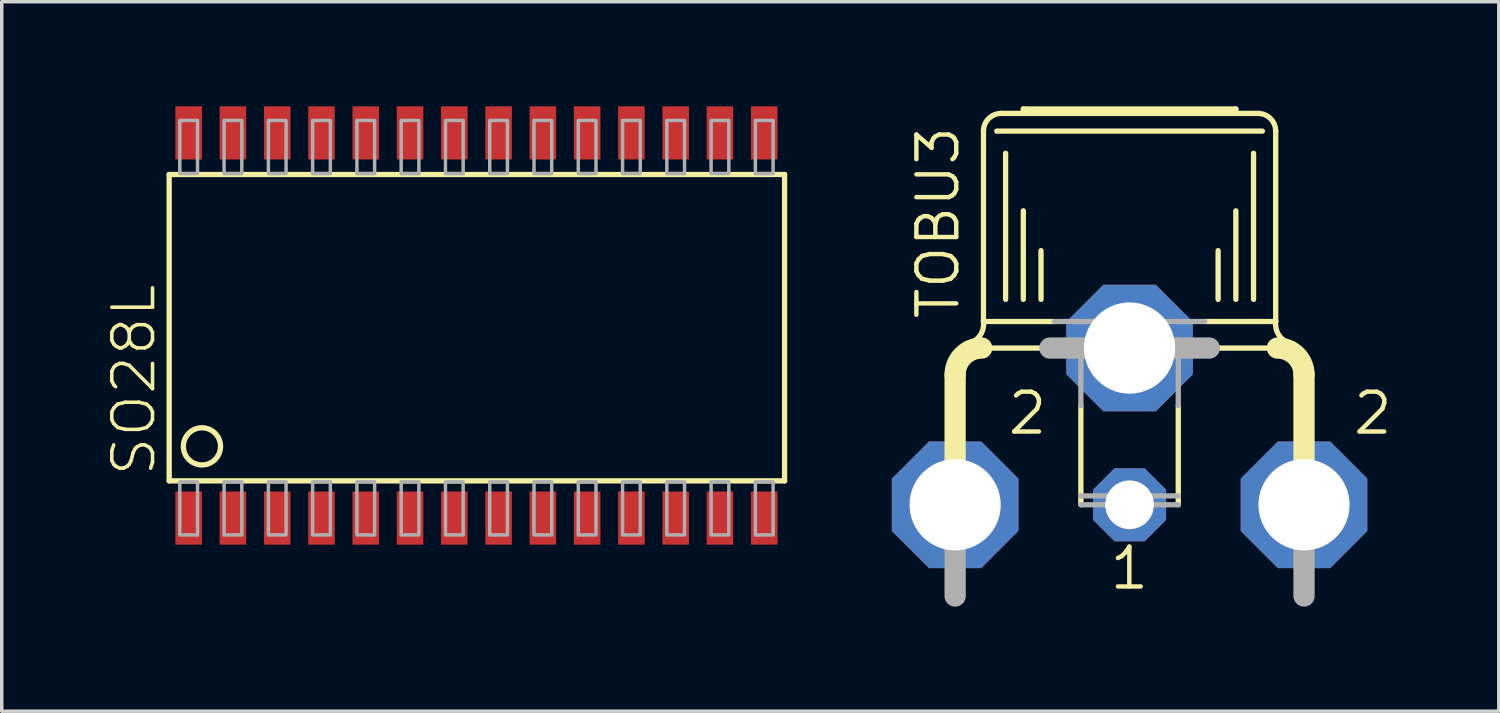
<source format=kicad_pcb>
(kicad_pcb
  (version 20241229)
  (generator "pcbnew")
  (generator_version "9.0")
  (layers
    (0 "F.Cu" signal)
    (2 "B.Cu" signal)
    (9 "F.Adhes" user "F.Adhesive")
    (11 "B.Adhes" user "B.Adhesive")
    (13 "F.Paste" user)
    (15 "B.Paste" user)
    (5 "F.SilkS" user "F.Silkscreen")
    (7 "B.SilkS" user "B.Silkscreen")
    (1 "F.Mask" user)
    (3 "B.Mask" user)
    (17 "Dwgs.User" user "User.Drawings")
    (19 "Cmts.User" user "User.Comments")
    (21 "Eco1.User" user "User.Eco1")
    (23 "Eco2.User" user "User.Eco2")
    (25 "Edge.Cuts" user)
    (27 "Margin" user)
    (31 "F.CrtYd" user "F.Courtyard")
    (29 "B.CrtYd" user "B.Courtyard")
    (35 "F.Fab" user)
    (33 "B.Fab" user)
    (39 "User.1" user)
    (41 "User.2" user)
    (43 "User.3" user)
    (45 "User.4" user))
  (footprint "TOBU3"
    (layer "F.Cu")
    (at 29.352 12.014)
    (property "Reference" "TOBU3" (at -4.826 -5.842 90) (unlocked yes) (layer "F.SilkS") (effects (font (size 1.143 1.143) (thickness 0.127)) (justify left bottom)))
    (fp_line (start -5.004 0.127) (end -5.004 -4.318) (stroke (width 0.61) (type solid)) (layer "F.SilkS"))
    (fp_line (start -4.242 -5.08) (end -2.286 -5.08) (stroke (width 0.152) (type solid)) (layer "F.SilkS"))
    (fp_line (start -4.191 -5.842) (end -4.191 -11.303) (stroke (width 0.152) (type solid)) (layer "F.SilkS"))
    (fp_line (start -3.81 -11.303) (end 3.81 -11.303) (stroke (width 0.152) (type solid)) (layer "F.SilkS"))
    (fp_line (start -3.683 -11.811) (end -3.048 -11.811) (stroke (width 0.152) (type solid)) (layer "F.SilkS"))
    (fp_line (start -3.556 -6.477) (end -3.556 -10.668) (stroke (width 0.152) (type solid)) (layer "F.SilkS"))
    (fp_line (start -3.048 -11.938) (end 3.048 -11.938) (stroke (width 0.152) (type solid)) (layer "F.SilkS"))
    (fp_line (start -3.048 -11.811) (end -3.048 -11.938) (stroke (width 0.152) (type solid)) (layer "F.SilkS"))
    (fp_line (start -3.048 -11.811) (end 3.048 -11.811) (stroke (width 0.152) (type solid)) (layer "F.SilkS"))
    (fp_line (start -3.048 -6.477) (end -3.048 -9.017) (stroke (width 0.152) (type solid)) (layer "F.SilkS"))
    (fp_line (start -2.54 -6.477) (end -2.54 -7.874) (stroke (width 0.152) (type solid)) (layer "F.SilkS"))
    (fp_line (start -2.159 -5.842) (end -4.191 -5.842) (stroke (width 0.152) (type solid)) (layer "F.SilkS"))
    (fp_line (start -1.397 -0.585) (end -1.397 -3.429) (stroke (width 0.152) (type solid)) (layer "F.SilkS"))
    (fp_line (start 1.397 -0.585) (end 1.397 -3.429) (stroke (width 0.152) (type solid)) (layer "F.SilkS"))
    (fp_line (start 2.286 -5.08) (end 4.242 -5.08) (stroke (width 0.152) (type solid)) (layer "F.SilkS"))
    (fp_line (start 2.54 -6.477) (end 2.54 -7.874) (stroke (width 0.152) (type solid)) (layer "F.SilkS"))
    (fp_line (start 3.048 -11.938) (end 3.048 -11.811) (stroke (width 0.152) (type solid)) (layer "F.SilkS"))
    (fp_line (start 3.048 -11.811) (end 3.683 -11.811) (stroke (width 0.152) (type solid)) (layer "F.SilkS"))
    (fp_line (start 3.048 -6.477) (end 3.048 -9.017) (stroke (width 0.152) (type solid)) (layer "F.SilkS"))
    (fp_line (start 3.556 -6.477) (end 3.556 -10.668) (stroke (width 0.152) (type solid)) (layer "F.SilkS"))
    (fp_line (start 4.191 -11.303) (end 4.191 -5.842) (stroke (width 0.152) (type solid)) (layer "F.SilkS"))
    (fp_line (start 4.191 -5.842) (end 2.159 -5.842) (stroke (width 0.152) (type solid)) (layer "F.SilkS"))
    (fp_line (start 5.004 -4.318) (end 5.004 0.127) (stroke (width 0.61) (type solid)) (layer "F.SilkS"))
    (fp_arc (start -5.0038 -4.318) (mid -4.780615 -4.856815) (end -4.2418 -5.08) (stroke (width 0.6096) (type solid)) (layer "F.SilkS"))
    (fp_arc (start -4.191 -11.303) (mid -4.04221 -11.66221) (end -3.683 -11.811) (stroke (width 0.1524) (type solid)) (layer "F.SilkS"))
    (fp_arc (start -4.191 -5.842) (mid -4.310857 -5.41294) (end -4.699 -5.1943) (stroke (width 0.1524) (type solid)) (layer "F.SilkS"))
    (fp_arc (start 3.683 -11.811) (mid 4.04221 -11.66221) (end 4.191 -11.303) (stroke (width 0.1524) (type solid)) (layer "F.SilkS"))
    (fp_arc (start 4.2418 -5.08) (mid 4.780615 -4.856815) (end 5.0038 -4.318) (stroke (width 0.6096) (type solid)) (layer "F.SilkS"))
    (fp_arc (start 4.699 -5.1943) (mid 4.310857 -5.41294) (end 4.191 -5.842) (stroke (width 0.1524) (type solid)) (layer "F.SilkS"))
    (fp_line (start -5.004 0.127) (end -5.004 2.032) (stroke (width 0.61) (type solid)) (layer "F.Fab"))
    (fp_line (start -1.397 -5.08) (end -2.286 -5.08) (stroke (width 0.61) (type solid)) (layer "F.Fab"))
    (fp_line (start -1.397 -5.08) (end 1.397 -5.08) (stroke (width 0.61) (type solid)) (layer "F.Fab"))
    (fp_line (start -1.397 -3.429) (end -1.397 -5.08) (stroke (width 0.152) (type solid)) (layer "F.Fab"))
    (fp_line (start 1.397 -5.08) (end 2.286 -5.08) (stroke (width 0.61) (type solid)) (layer "F.Fab"))
    (fp_line (start 1.397 -3.429) (end 1.397 -5.08) (stroke (width 0.152) (type solid)) (layer "F.Fab"))
    (fp_line (start 1.397 -0.839) (end -1.397 -0.839) (stroke (width 0.152) (type solid)) (layer "F.Fab"))
    (fp_line (start 1.397 -0.585) (end -1.397 -0.585) (stroke (width 0.152) (type solid)) (layer "F.Fab"))
    (fp_line (start 2.159 -5.842) (end -2.159 -5.842) (stroke (width 0.152) (type solid)) (layer "F.Fab"))
    (fp_line (start 5.004 0.127) (end 5.004 2.032) (stroke (width 0.61) (type solid)) (layer "F.Fab"))
    (fp_text user "1" (at -0.635 1.905 0) (unlocked yes) (layer "F.SilkS") (effects (font (size 1.143 1.143) (thickness 0.127)) (justify left bottom)))
    (fp_text user "2" (at 6.35 -2.54 0) (unlocked yes) (layer "F.SilkS") (effects (font (size 1.143 1.143) (thickness 0.127)) (justify left bottom)))
    (fp_text user "2 " (at -3.556 -2.54 0) (unlocked yes) (layer "F.SilkS") (effects (font (size 1.143 1.143) (thickness 0.127)) (justify left bottom)))
    (pad "1" thru_hole roundrect (at 0 -0.584) (size 2.095 2.095) (drill 1.397) (layers "*.Cu" "*.Mask") (roundrect_rratio 0.25) (chamfer_ratio 0.293) (chamfer top_left top_right bottom_left bottom_right))
    (pad "2" thru_hole roundrect (at 5.004 -0.584) (size 3.632 3.632) (drill 2.616) (layers "*.Cu" "*.Mask") (roundrect_rratio 0.25) (chamfer_ratio 0.293) (chamfer top_left top_right bottom_left bottom_right))
    (pad "2@1" thru_hole roundrect (at -5.004 -0.584) (size 3.632 3.632) (drill 2.616) (layers "*.Cu" "*.Mask") (roundrect_rratio 0.25) (chamfer_ratio 0.293) (chamfer top_left top_right bottom_left bottom_right))
    (pad "2@2" thru_hole roundrect (at 0 -5.08) (size 3.632 3.632) (drill 2.616) (layers "*.Cu" "*.Mask") (roundrect_rratio 0.25) (chamfer_ratio 0.293) (chamfer top_left top_right bottom_left bottom_right)))
  (footprint "SO28L"
    (layer "F.Cu")
    (at 9.982 6.604)
    (property "Reference" "SO28L" (at -8.509 4.064 90) (unlocked yes) (layer "F.SilkS") (effects (font (size 1.168 1.168) (thickness 0.102)) (justify left bottom)))
    (fp_line (start -8.179 -4.648) (end -8.179 4.14) (stroke (width 0.152) (type solid)) (layer "F.SilkS"))
    (fp_line (start -8.179 4.14) (end 9.474 4.14) (stroke (width 0.152) (type solid)) (layer "F.SilkS"))
    (fp_line (start 9.474 -4.648) (end -8.179 -4.648) (stroke (width 0.152) (type solid)) (layer "F.SilkS"))
    (fp_line (start 9.474 4.14) (end 9.474 -4.648) (stroke (width 0.152) (type solid)) (layer "F.SilkS"))
    (fp_circle (center -7.239 3.15) (end -6.706 3.15) (stroke (width 0.152) (type solid)) (fill no) (layer "F.SilkS"))
    (fp_poly (pts (xy -7.874 -4.674) (xy -7.366 -4.674) (xy -7.366 -6.198) (xy -7.874 -6.198)) (stroke (width 0.1) (type default)) (fill no) (layer "F.Fab"))
    (fp_poly (pts (xy -7.874 5.69) (xy -7.366 5.69) (xy -7.366 4.166) (xy -7.874 4.166)) (stroke (width 0.1) (type default)) (fill no) (layer "F.Fab"))
    (fp_poly (pts (xy -6.604 -4.674) (xy -6.096 -4.674) (xy -6.096 -6.198) (xy -6.604 -6.198)) (stroke (width 0.1) (type default)) (fill no) (layer "F.Fab"))
    (fp_poly (pts (xy -6.604 5.69) (xy -6.096 5.69) (xy -6.096 4.166) (xy -6.604 4.166)) (stroke (width 0.1) (type default)) (fill no) (layer "F.Fab"))
    (fp_poly (pts (xy -5.334 -4.674) (xy -4.826 -4.674) (xy -4.826 -6.198) (xy -5.334 -6.198)) (stroke (width 0.1) (type default)) (fill no) (layer "F.Fab"))
    (fp_poly (pts (xy -5.334 5.69) (xy -4.826 5.69) (xy -4.826 4.166) (xy -5.334 4.166)) (stroke (width 0.1) (type default)) (fill no) (layer "F.Fab"))
    (fp_poly (pts (xy -4.064 -4.674) (xy -3.556 -4.674) (xy -3.556 -6.198) (xy -4.064 -6.198)) (stroke (width 0.1) (type default)) (fill no) (layer "F.Fab"))
    (fp_poly (pts (xy -4.064 5.69) (xy -3.556 5.69) (xy -3.556 4.166) (xy -4.064 4.166)) (stroke (width 0.1) (type default)) (fill no) (layer "F.Fab"))
    (fp_poly (pts (xy -2.794 -4.674) (xy -2.286 -4.674) (xy -2.286 -6.198) (xy -2.794 -6.198)) (stroke (width 0.1) (type default)) (fill no) (layer "F.Fab"))
    (fp_poly (pts (xy -2.794 5.69) (xy -2.286 5.69) (xy -2.286 4.166) (xy -2.794 4.166)) (stroke (width 0.1) (type default)) (fill no) (layer "F.Fab"))
    (fp_poly (pts (xy -1.524 -4.674) (xy -1.016 -4.674) (xy -1.016 -6.198) (xy -1.524 -6.198)) (stroke (width 0.1) (type default)) (fill no) (layer "F.Fab"))
    (fp_poly (pts (xy -1.524 5.69) (xy -1.016 5.69) (xy -1.016 4.166) (xy -1.524 4.166)) (stroke (width 0.1) (type default)) (fill no) (layer "F.Fab"))
    (fp_poly (pts (xy -0.254 -4.674) (xy 0.254 -4.674) (xy 0.254 -6.198) (xy -0.254 -6.198)) (stroke (width 0.1) (type default)) (fill no) (layer "F.Fab"))
    (fp_poly (pts (xy -0.254 5.69) (xy 0.254 5.69) (xy 0.254 4.166) (xy -0.254 4.166)) (stroke (width 0.1) (type default)) (fill no) (layer "F.Fab"))
    (fp_poly (pts (xy 1.016 -4.674) (xy 1.524 -4.674) (xy 1.524 -6.198) (xy 1.016 -6.198)) (stroke (width 0.1) (type default)) (fill no) (layer "F.Fab"))
    (fp_poly (pts (xy 1.016 5.69) (xy 1.524 5.69) (xy 1.524 4.166) (xy 1.016 4.166)) (stroke (width 0.1) (type default)) (fill no) (layer "F.Fab"))
    (fp_poly (pts (xy 2.286 -4.674) (xy 2.794 -4.674) (xy 2.794 -6.198) (xy 2.286 -6.198)) (stroke (width 0.1) (type default)) (fill no) (layer "F.Fab"))
    (fp_poly (pts (xy 2.286 5.69) (xy 2.794 5.69) (xy 2.794 4.166) (xy 2.286 4.166)) (stroke (width 0.1) (type default)) (fill no) (layer "F.Fab"))
    (fp_poly (pts (xy 3.556 -4.674) (xy 4.064 -4.674) (xy 4.064 -6.198) (xy 3.556 -6.198)) (stroke (width 0.1) (type default)) (fill no) (layer "F.Fab"))
    (fp_poly (pts (xy 3.556 5.69) (xy 4.064 5.69) (xy 4.064 4.166) (xy 3.556 4.166)) (stroke (width 0.1) (type default)) (fill no) (layer "F.Fab"))
    (fp_poly (pts (xy 4.826 -4.674) (xy 5.334 -4.674) (xy 5.334 -6.198) (xy 4.826 -6.198)) (stroke (width 0.1) (type default)) (fill no) (layer "F.Fab"))
    (fp_poly (pts (xy 4.826 5.69) (xy 5.334 5.69) (xy 5.334 4.166) (xy 4.826 4.166)) (stroke (width 0.1) (type default)) (fill no) (layer "F.Fab"))
    (fp_poly (pts (xy 6.096 -4.674) (xy 6.604 -4.674) (xy 6.604 -6.198) (xy 6.096 -6.198)) (stroke (width 0.1) (type default)) (fill no) (layer "F.Fab"))
    (fp_poly (pts (xy 6.096 5.69) (xy 6.604 5.69) (xy 6.604 4.166) (xy 6.096 4.166)) (stroke (width 0.1) (type default)) (fill no) (layer "F.Fab"))
    (fp_poly (pts (xy 7.366 -4.674) (xy 7.874 -4.674) (xy 7.874 -6.198) (xy 7.366 -6.198)) (stroke (width 0.1) (type default)) (fill no) (layer "F.Fab"))
    (fp_poly (pts (xy 7.366 5.69) (xy 7.874 5.69) (xy 7.874 4.166) (xy 7.366 4.166)) (stroke (width 0.1) (type default)) (fill no) (layer "F.Fab"))
    (fp_poly (pts (xy 8.636 -4.674) (xy 9.144 -4.674) (xy 9.144 -6.198) (xy 8.636 -6.198)) (stroke (width 0.1) (type default)) (fill no) (layer "F.Fab"))
    (fp_poly (pts (xy 8.636 5.69) (xy 9.144 5.69) (xy 9.144 4.166) (xy 8.636 4.166)) (stroke (width 0.1) (type default)) (fill no) (layer "F.Fab"))
    (pad "1" smd rect (at -7.62 5.207) (size 0.762 1.524) (layers "F.Cu" "F.Mask" "F.Paste"))
    (pad "2" smd rect (at -6.35 5.207) (size 0.762 1.524) (layers "F.Cu" "F.Mask" "F.Paste"))
    (pad "3" smd rect (at -5.08 5.207) (size 0.762 1.524) (layers "F.Cu" "F.Mask" "F.Paste"))
    (pad "4" smd rect (at -3.81 5.207) (size 0.762 1.524) (layers "F.Cu" "F.Mask" "F.Paste"))
    (pad "5" smd rect (at -2.54 5.207) (size 0.762 1.524) (layers "F.Cu" "F.Mask" "F.Paste"))
    (pad "6" smd rect (at -1.27 5.207) (size 0.762 1.524) (layers "F.Cu" "F.Mask" "F.Paste"))
    (pad "7" smd rect (at 0 5.207) (size 0.762 1.524) (layers "F.Cu" "F.Mask" "F.Paste"))
    (pad "8" smd rect (at 1.27 5.207) (size 0.762 1.524) (layers "F.Cu" "F.Mask" "F.Paste"))
    (pad "9" smd rect (at 2.54 5.207) (size 0.762 1.524) (layers "F.Cu" "F.Mask" "F.Paste"))
    (pad "10" smd rect (at 3.81 5.207) (size 0.762 1.524) (layers "F.Cu" "F.Mask" "F.Paste"))
    (pad "11" smd rect (at 5.08 5.207) (size 0.762 1.524) (layers "F.Cu" "F.Mask" "F.Paste"))
    (pad "12" smd rect (at 6.35 5.207) (size 0.762 1.524) (layers "F.Cu" "F.Mask" "F.Paste"))
    (pad "13" smd rect (at 7.62 5.207) (size 0.762 1.524) (layers "F.Cu" "F.Mask" "F.Paste"))
    (pad "14" smd rect (at 8.89 5.207) (size 0.762 1.524) (layers "F.Cu" "F.Mask" "F.Paste"))
    (pad "15" smd rect (at 8.89 -5.842 180) (size 0.762 1.524) (layers "F.Cu" "F.Mask" "F.Paste"))
    (pad "16" smd rect (at 7.62 -5.842) (size 0.762 1.524) (layers "F.Cu" "F.Mask" "F.Paste"))
    (pad "17" smd rect (at 6.35 -5.842) (size 0.762 1.524) (layers "F.Cu" "F.Mask" "F.Paste"))
    (pad "18" smd rect (at 5.08 -5.842) (size 0.762 1.524) (layers "F.Cu" "F.Mask" "F.Paste"))
    (pad "19" smd rect (at 3.81 -5.842) (size 0.762 1.524) (layers "F.Cu" "F.Mask" "F.Paste"))
    (pad "20" smd rect (at 2.54 -5.842) (size 0.762 1.524) (layers "F.Cu" "F.Mask" "F.Paste"))
    (pad "21" smd rect (at 1.27 -5.842) (size 0.762 1.524) (layers "F.Cu" "F.Mask" "F.Paste"))
    (pad "22" smd rect (at 0 -5.842) (size 0.762 1.524) (layers "F.Cu" "F.Mask" "F.Paste"))
    (pad "23" smd rect (at -1.27 -5.842) (size 0.762 1.524) (layers "F.Cu" "F.Mask" "F.Paste"))
    (pad "24" smd rect (at -2.54 -5.842) (size 0.762 1.524) (layers "F.Cu" "F.Mask" "F.Paste"))
    (pad "25" smd rect (at -3.81 -5.842) (size 0.762 1.524) (layers "F.Cu" "F.Mask" "F.Paste"))
    (pad "26" smd rect (at -5.08 -5.842) (size 0.762 1.524) (layers "F.Cu" "F.Mask" "F.Paste"))
    (pad "27" smd rect (at -6.35 -5.842) (size 0.762 1.524) (layers "F.Cu" "F.Mask" "F.Paste"))
    (pad "28" smd rect (at -7.62 -5.842) (size 0.762 1.524) (layers "F.Cu" "F.Mask" "F.Paste")))
  (gr_rect
    (start -3 -3)
    (end 39.943 17.351)
    (stroke (width 0.1) (type default))
    (fill no)
    (layer "Edge.Cuts")))
</source>
